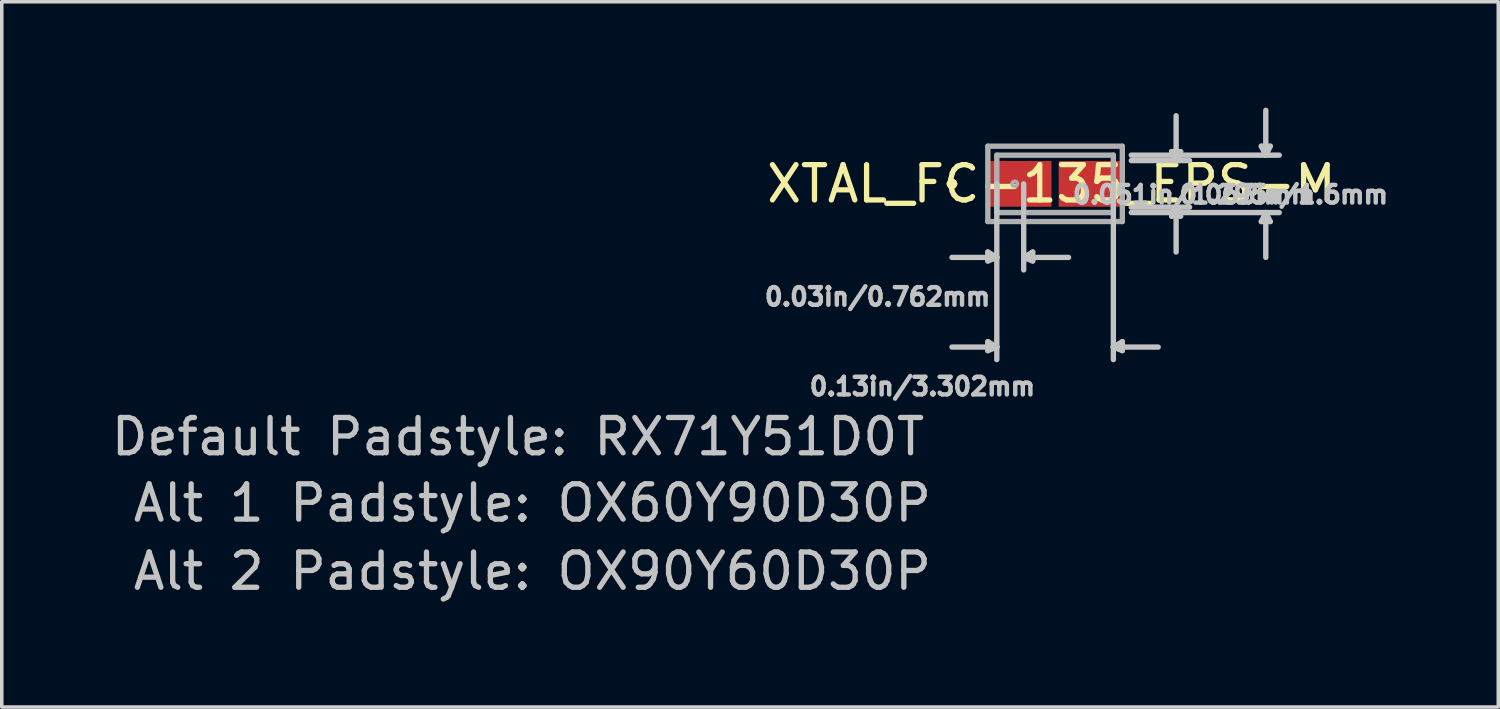
<source format=kicad_pcb>
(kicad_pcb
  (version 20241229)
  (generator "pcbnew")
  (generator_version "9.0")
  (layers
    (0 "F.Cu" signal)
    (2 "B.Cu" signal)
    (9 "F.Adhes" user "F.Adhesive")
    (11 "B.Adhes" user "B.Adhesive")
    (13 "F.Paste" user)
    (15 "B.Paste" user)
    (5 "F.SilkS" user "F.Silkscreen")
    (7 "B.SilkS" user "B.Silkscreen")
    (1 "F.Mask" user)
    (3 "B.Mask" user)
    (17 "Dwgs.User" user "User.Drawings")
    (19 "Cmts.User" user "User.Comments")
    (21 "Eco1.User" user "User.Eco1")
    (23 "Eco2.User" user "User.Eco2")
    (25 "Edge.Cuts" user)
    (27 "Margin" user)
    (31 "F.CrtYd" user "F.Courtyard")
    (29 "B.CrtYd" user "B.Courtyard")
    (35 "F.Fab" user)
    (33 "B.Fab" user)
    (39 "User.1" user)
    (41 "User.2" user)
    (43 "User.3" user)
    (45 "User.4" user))
  (footprint "XTAL_FC-135_EPS-M"
    (layer "F.Cu")
    (at 26.84 2.159)
    (property "Reference" "XTAL_FC-135_EPS-M" (at -0.102 0 0) (layer "F.SilkS") (effects (font (size 1 1) (thickness 0.15))))
    (attr smd)
    (fp_arc (start -2.9972 0) (mid -2.921 -0.0762) (end -2.8448 0) (stroke (width 0.1524) (type solid)) (layer "F.SilkS"))
    (fp_arc (start -2.8448 0) (mid -2.921 0.0762) (end -2.9972 0) (stroke (width 0.1524) (type solid)) (layer "F.SilkS"))
    (fp_line (start -1.905 1.93) (end -1.905 2.184) (stroke (width 0.152) (type solid)) (layer "Dwgs.User"))
    (fp_line (start -1.905 4.47) (end -1.905 4.724) (stroke (width 0.152) (type solid)) (layer "Dwgs.User"))
    (fp_line (start -1.651 0) (end -1.651 2.083) (stroke (width 0.152) (type solid)) (layer "Dwgs.User"))
    (fp_line (start -1.651 2.083) (end -2.921 2.083) (stroke (width 0.152) (type solid)) (layer "Dwgs.User"))
    (fp_line (start -1.651 2.083) (end -1.905 1.93) (stroke (width 0.152) (type solid)) (layer "Dwgs.User"))
    (fp_line (start -1.651 2.083) (end -1.905 2.184) (stroke (width 0.152) (type solid)) (layer "Dwgs.User"))
    (fp_line (start -1.651 2.083) (end -1.651 4.623) (stroke (width 0.152) (type solid)) (layer "Dwgs.User"))
    (fp_line (start -1.651 4.623) (end -2.921 4.623) (stroke (width 0.152) (type solid)) (layer "Dwgs.User"))
    (fp_line (start -1.651 4.623) (end -1.905 4.47) (stroke (width 0.152) (type solid)) (layer "Dwgs.User"))
    (fp_line (start -1.651 4.623) (end -1.905 4.724) (stroke (width 0.152) (type solid)) (layer "Dwgs.User"))
    (fp_line (start -1.651 4.623) (end -1.651 4.978) (stroke (width 0.152) (type solid)) (layer "Dwgs.User"))
    (fp_line (start -0.889 0) (end -0.889 2.083) (stroke (width 0.152) (type solid)) (layer "Dwgs.User"))
    (fp_line (start -0.889 2.083) (end -0.889 2.438) (stroke (width 0.152) (type solid)) (layer "Dwgs.User"))
    (fp_line (start -0.889 2.083) (end -0.635 1.93) (stroke (width 0.152) (type solid)) (layer "Dwgs.User"))
    (fp_line (start -0.889 2.083) (end -0.635 2.184) (stroke (width 0.152) (type solid)) (layer "Dwgs.User"))
    (fp_line (start -0.889 2.083) (end 0.381 2.083) (stroke (width 0.152) (type solid)) (layer "Dwgs.User"))
    (fp_line (start -0.635 1.93) (end -0.635 2.184) (stroke (width 0.152) (type solid)) (layer "Dwgs.User"))
    (fp_line (start 1.651 0) (end 1.651 4.623) (stroke (width 0.152) (type solid)) (layer "Dwgs.User"))
    (fp_line (start 1.651 4.623) (end 1.651 4.978) (stroke (width 0.152) (type solid)) (layer "Dwgs.User"))
    (fp_line (start 1.651 4.623) (end 1.905 4.47) (stroke (width 0.152) (type solid)) (layer "Dwgs.User"))
    (fp_line (start 1.651 4.623) (end 1.905 4.724) (stroke (width 0.152) (type solid)) (layer "Dwgs.User"))
    (fp_line (start 1.651 4.623) (end 2.921 4.623) (stroke (width 0.152) (type solid)) (layer "Dwgs.User"))
    (fp_line (start 1.905 4.47) (end 1.905 4.724) (stroke (width 0.152) (type solid)) (layer "Dwgs.User"))
    (fp_line (start 2.159 -0.813) (end 5.969 -0.813) (stroke (width 0.152) (type solid)) (layer "Dwgs.User"))
    (fp_line (start 2.159 -0.66) (end 3.429 -0.66) (stroke (width 0.152) (type solid)) (layer "Dwgs.User"))
    (fp_line (start 2.159 0.66) (end 3.429 0.66) (stroke (width 0.152) (type solid)) (layer "Dwgs.User"))
    (fp_line (start 2.159 0.813) (end 5.969 0.813) (stroke (width 0.152) (type solid)) (layer "Dwgs.User"))
    (fp_line (start 3.302 -0.914) (end 3.556 -0.914) (stroke (width 0.152) (type solid)) (layer "Dwgs.User"))
    (fp_line (start 3.302 0.914) (end 3.556 0.914) (stroke (width 0.152) (type solid)) (layer "Dwgs.User"))
    (fp_line (start 3.429 -0.66) (end 3.302 -0.914) (stroke (width 0.152) (type solid)) (layer "Dwgs.User"))
    (fp_line (start 3.429 -0.66) (end 3.429 -1.93) (stroke (width 0.152) (type solid)) (layer "Dwgs.User"))
    (fp_line (start 3.429 -0.66) (end 3.556 -0.914) (stroke (width 0.152) (type solid)) (layer "Dwgs.User"))
    (fp_line (start 3.429 -0.66) (end 3.81 -0.66) (stroke (width 0.152) (type solid)) (layer "Dwgs.User"))
    (fp_line (start 3.429 0.66) (end 3.302 0.914) (stroke (width 0.152) (type solid)) (layer "Dwgs.User"))
    (fp_line (start 3.429 0.66) (end 3.429 1.93) (stroke (width 0.152) (type solid)) (layer "Dwgs.User"))
    (fp_line (start 3.429 0.66) (end 3.556 0.914) (stroke (width 0.152) (type solid)) (layer "Dwgs.User"))
    (fp_line (start 3.429 0.66) (end 3.81 0.66) (stroke (width 0.152) (type solid)) (layer "Dwgs.User"))
    (fp_line (start 5.842 -1.067) (end 6.096 -1.067) (stroke (width 0.152) (type solid)) (layer "Dwgs.User"))
    (fp_line (start 5.842 1.067) (end 6.096 1.067) (stroke (width 0.152) (type solid)) (layer "Dwgs.User"))
    (fp_line (start 5.969 -0.813) (end 5.842 -1.067) (stroke (width 0.152) (type solid)) (layer "Dwgs.User"))
    (fp_line (start 5.969 -0.813) (end 5.969 -2.083) (stroke (width 0.152) (type solid)) (layer "Dwgs.User"))
    (fp_line (start 5.969 -0.813) (end 6.096 -1.067) (stroke (width 0.152) (type solid)) (layer "Dwgs.User"))
    (fp_line (start 5.969 -0.813) (end 6.35 -0.813) (stroke (width 0.152) (type solid)) (layer "Dwgs.User"))
    (fp_line (start 5.969 0.813) (end 5.842 1.067) (stroke (width 0.152) (type solid)) (layer "Dwgs.User"))
    (fp_line (start 5.969 0.813) (end 5.969 2.083) (stroke (width 0.152) (type solid)) (layer "Dwgs.User"))
    (fp_line (start 5.969 0.813) (end 6.096 1.067) (stroke (width 0.152) (type solid)) (layer "Dwgs.User"))
    (fp_line (start 5.969 0.813) (end 6.35 0.813) (stroke (width 0.152) (type solid)) (layer "Dwgs.User"))
    (fp_line (start -1.905 -1.067) (end 1.905 -1.067) (stroke (width 0.152) (type solid)) (layer "F.Fab"))
    (fp_line (start -1.905 1.067) (end -1.905 -1.067) (stroke (width 0.152) (type solid)) (layer "F.Fab"))
    (fp_line (start -1.651 -0.813) (end -1.651 0.813) (stroke (width 0.152) (type solid)) (layer "F.Fab"))
    (fp_line (start -1.651 0.813) (end 1.651 0.813) (stroke (width 0.152) (type solid)) (layer "F.Fab"))
    (fp_line (start 1.651 -0.813) (end -1.651 -0.813) (stroke (width 0.152) (type solid)) (layer "F.Fab"))
    (fp_line (start 1.651 0.813) (end 1.651 -0.813) (stroke (width 0.152) (type solid)) (layer "F.Fab"))
    (fp_line (start 1.905 -1.067) (end 1.905 1.067) (stroke (width 0.152) (type solid)) (layer "F.Fab"))
    (fp_line (start 1.905 1.067) (end -1.905 1.067) (stroke (width 0.152) (type solid)) (layer "F.Fab"))
    (fp_arc (start -1.2192 0) (mid -1.143 -0.0762) (end -1.0668 0) (stroke (width 0.1) (type solid)) (layer "F.Fab"))
    (fp_arc (start -1.0668 0) (mid -1.143 0.0762) (end -1.2192 0) (stroke (width 0.1) (type solid)) (layer "F.Fab"))
    (fp_text user "0.03in/0.762mm" (at -5.029 3.2 0) (layer "Dwgs.User") (effects (font (size 0.5 0.5) (thickness 0.15))))
    (fp_text user "Alt 2 Padstyle: OX90Y60D30P" (at -14.808 10.973 0) (layer "Dwgs.User") (effects (font (size 1 1) (thickness 0.15))))
    (fp_text user "0.051in/1.295mm" (at 3.937 0.305 0) (layer "Dwgs.User") (effects (font (size 0.5 0.5) (thickness 0.15))))
    (fp_text user "0.063in/1.6mm" (at 6.477 0.305 0) (layer "Dwgs.User") (effects (font (size 0.5 0.5) (thickness 0.15))))
    (fp_text user "Alt 1 Padstyle: OX60Y90D30P" (at -14.808 9.042 0) (layer "Dwgs.User") (effects (font (size 1 1) (thickness 0.15))))
    (fp_text user "0.13in/3.302mm" (at -3.759 5.74 0) (layer "Dwgs.User") (effects (font (size 0.5 0.5) (thickness 0.15))))
    (fp_text user "Default Padstyle: RX71Y51D0T" (at -15.215 7.163 0) (layer "Dwgs.User") (effects (font (size 1 1) (thickness 0.15))))
    (pad "1" smd rect (at -1.003 0) (size 1.803 1.295) (layers "F.Cu" "F.Mask" "F.Paste"))
    (pad "2" smd rect (at 1.003 0) (size 1.803 1.295) (layers "F.Cu" "F.Mask" "F.Paste"))
    (zone (net_name "") (layer "F.Cu") (hatch full 0.508) (connect_pads) (min_thickness 0.152) (filled_areas_thickness no) (keepout (tracks not_allowed) (vias not_allowed) (pads not_allowed) (copperpour not_allowed) (footprints allowed)) (placement (enabled no)) (fill) (polygon (pts (xy 25.239 1.41) (xy 28.44 1.41) (xy 28.44 1.46) (xy 25.239 1.46))))
    (zone (net_name "") (layer "F.Cu") (hatch full 0.508) (connect_pads) (min_thickness 0.152) (filled_areas_thickness no) (keepout (tracks not_allowed) (vias not_allowed) (pads not_allowed) (copperpour not_allowed) (footprints allowed)) (placement (enabled no)) (fill) (polygon (pts (xy 25.239 2.857) (xy 28.44 2.857) (xy 28.44 2.908) (xy 25.239 2.908))))
    (zone (net_name "") (layer "F.Cu") (hatch full 0.508) (connect_pads) (min_thickness 0.152) (filled_areas_thickness no) (keepout (tracks not_allowed) (vias not_allowed) (pads not_allowed) (copperpour not_allowed) (footprints allowed)) (placement (enabled no)) (fill) (polygon (pts (xy 26.789 1.46) (xy 26.89 1.46) (xy 26.89 2.857) (xy 26.789 2.857))))
    (zone (net_name "") (layer "F.Cu") (hatch full 0.508) (connect_pads) (min_thickness 0.152) (filled_areas_thickness no) (keepout (tracks not_allowed) (vias not_allowed) (pads not_allowed) (copperpour not_allowed) (footprints allowed)) (placement (enabled no)) (fill) (polygon (pts (xy 26.789 1.46) (xy 26.89 1.46) (xy 26.89 2.857) (xy 26.789 2.857)))))
  (gr_rect
    (start -3 -3)
    (end 39.395 16.98)
    (stroke (width 0.1) (type default))
    (fill no)
    (layer "Edge.Cuts")))
</source>
